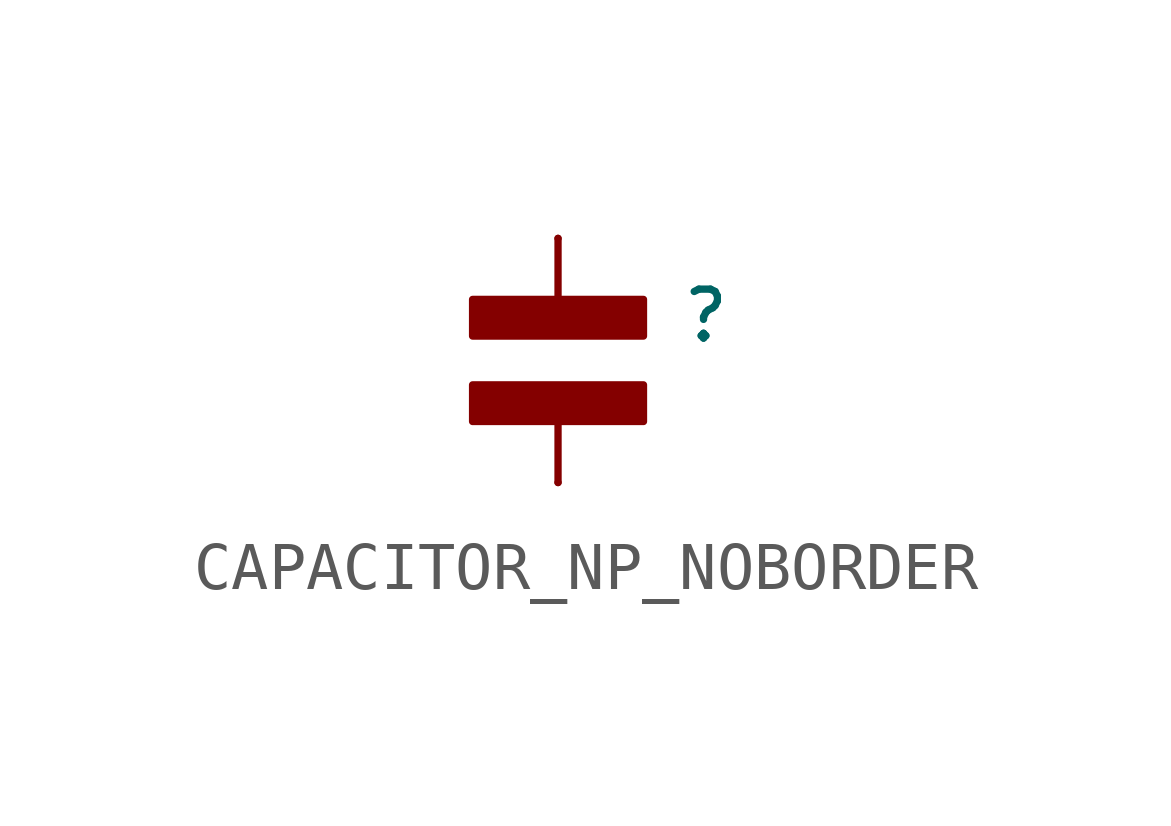
<source format=kicad_sym>
(kicad_symbol_lib
  (version 20241209)
  (generator "kicad_symbol_editor")
  (generator_version "9.0")
  (symbol "CAPACITOR_NP_NOBORDER"
    (property "Reference" ""
      (at 2.54 1.524 0)
      (effects (font (size 1.016 1.016)) (justify left top)))
    (property "Value" ""
      (at 2.54 -1.524 0)
      (effects (font (size 1.016 1.016)) (justify left bottom)))
    (property "ki_locked" ""
      (at 0 0 0)
      (effects (font (size 1.27 1.27))))
    (symbol "CAPACITOR_NP_NOBORDER_1_0"
      (rectangle (start -1.778 0.508) (end 1.778 1.27) (stroke (width 0) (type default)) (fill (type outline)))
      (rectangle (start -1.778 -1.27) (end 1.778 -0.508) (stroke (width 0) (type default)) (fill (type outline)))
      (polyline (pts (xy 0 2.54) (xy 0 1.016)) (stroke (width 0.152) (type solid)) (fill (type none)))
      (polyline (pts (xy 0 -2.54) (xy 0 -1.016)) (stroke (width 0.152) (type solid)) (fill (type none)))
      (pin passive line (at 0 2.54 270) (length 0) (name "P$1" (effects (font (size 0 0)))) (number "P$1" (effects (font (size 0 0)))))
      (pin passive line (at 0 -2.54 90) (length 0) (name "P$2" (effects (font (size 0 0)))) (number "P$2" (effects (font (size 0 0))))))))
</source>
